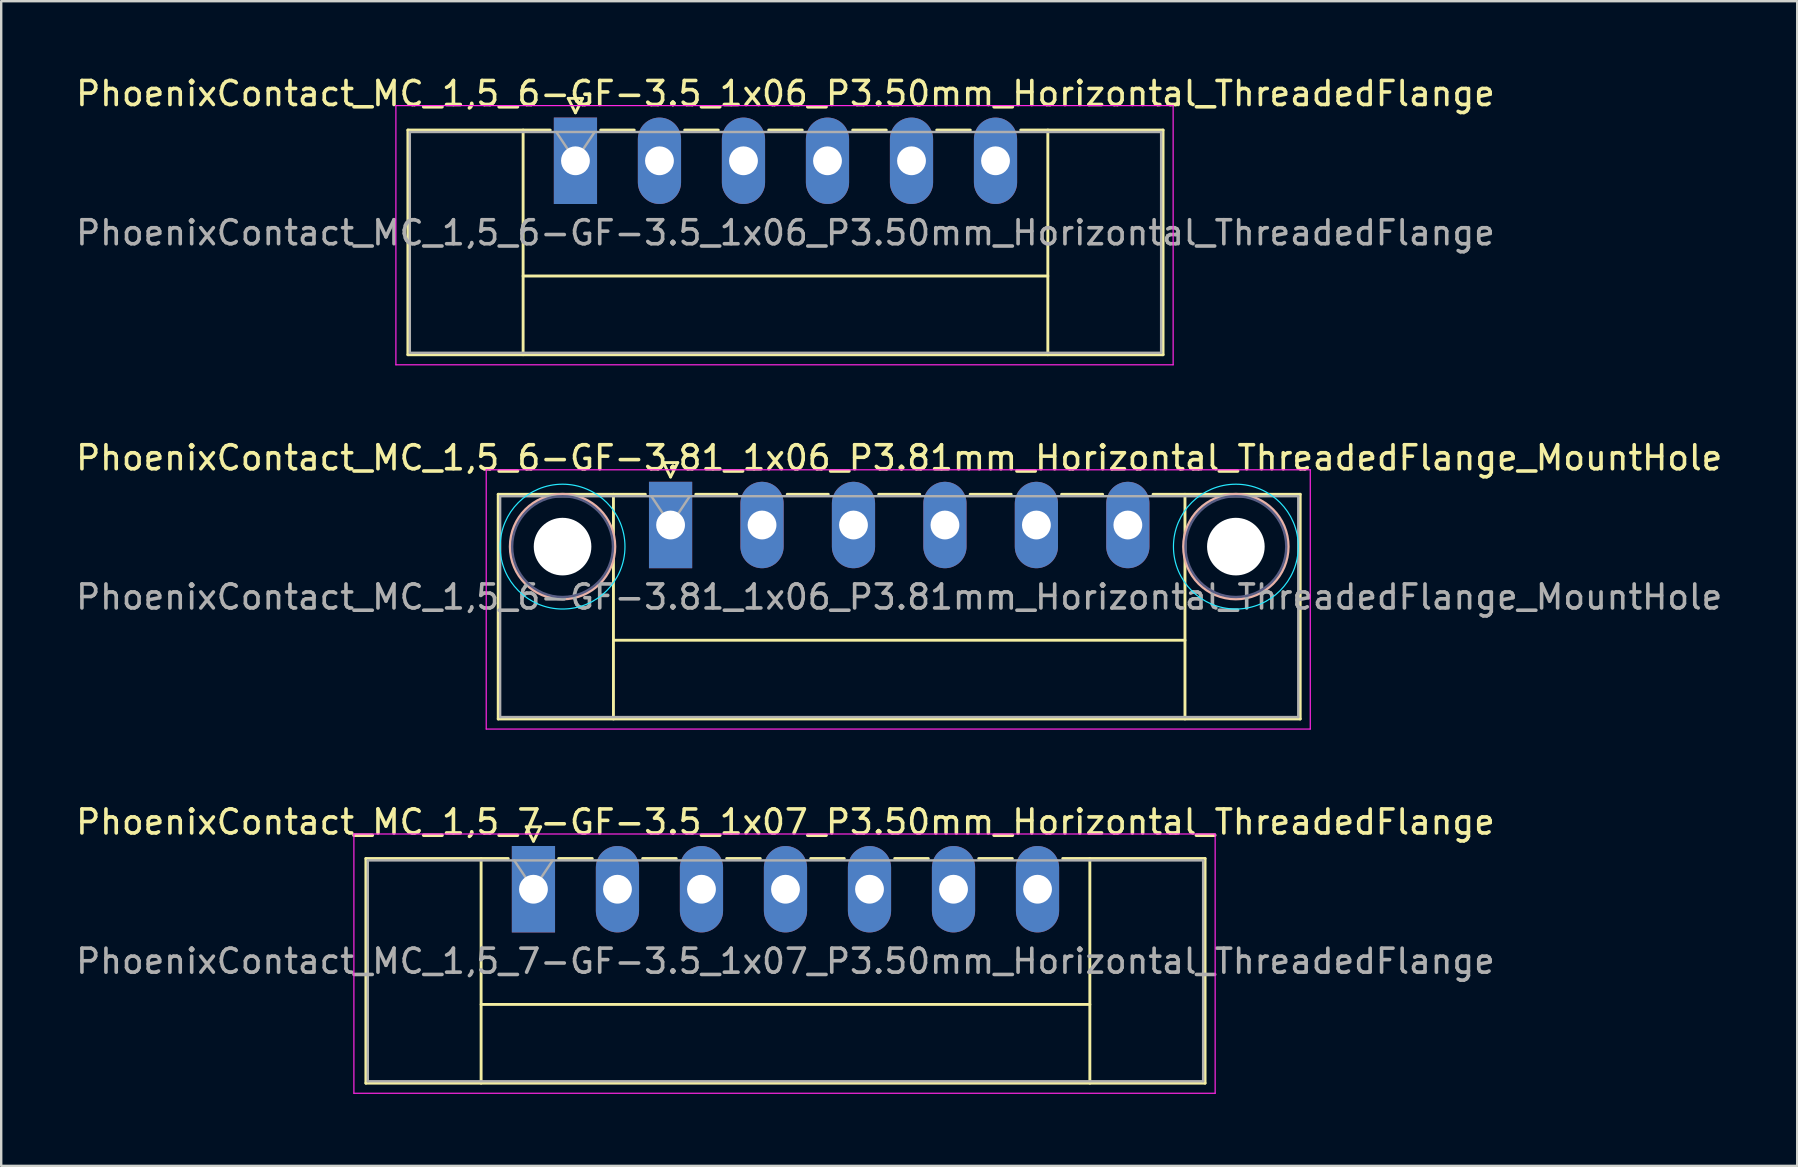
<source format=kicad_pcb>
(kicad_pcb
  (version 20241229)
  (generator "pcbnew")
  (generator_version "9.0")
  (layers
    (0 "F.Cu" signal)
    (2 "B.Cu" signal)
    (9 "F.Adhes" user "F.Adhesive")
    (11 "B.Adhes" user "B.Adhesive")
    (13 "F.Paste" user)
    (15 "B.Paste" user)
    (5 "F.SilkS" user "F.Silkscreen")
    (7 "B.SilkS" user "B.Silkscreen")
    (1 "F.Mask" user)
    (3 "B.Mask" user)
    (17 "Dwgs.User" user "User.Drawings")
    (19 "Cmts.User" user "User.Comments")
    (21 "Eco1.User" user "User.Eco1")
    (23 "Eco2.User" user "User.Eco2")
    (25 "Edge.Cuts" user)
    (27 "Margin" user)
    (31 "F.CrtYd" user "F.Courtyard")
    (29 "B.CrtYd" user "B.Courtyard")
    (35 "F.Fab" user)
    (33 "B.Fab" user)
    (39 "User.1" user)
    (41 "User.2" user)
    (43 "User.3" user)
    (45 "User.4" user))
  (footprint "PhoenixContact_MC_1,5_6-GF-3.5_1x06_P3.50mm_Horizontal_ThreadedFlange"
    (layer "F.Cu")
    (at 20.923 3.648)
    (property "Reference" "PhoenixContact_MC_1,5_6-GF-3.5_1x06_P3.50mm_Horizontal_ThreadedFlange" (at 8.75 -2.8 0) (layer "F.SilkS") (effects (font (size 1 1) (thickness 0.15))))
    (attr through_hole)
    (fp_line (start -6.98 -1.28) (end -6.98 8.08) (stroke (width 0.12) (type solid)) (layer "F.SilkS"))
    (fp_line (start -6.98 -1.28) (end -1.05 -1.28) (stroke (width 0.12) (type solid)) (layer "F.SilkS"))
    (fp_line (start -6.98 8.08) (end 24.48 8.08) (stroke (width 0.12) (type solid)) (layer "F.SilkS"))
    (fp_line (start -2.18 -1.28) (end -2.18 8.08) (stroke (width 0.12) (type solid)) (layer "F.SilkS"))
    (fp_line (start -2.18 4.8) (end 19.68 4.8) (stroke (width 0.12) (type solid)) (layer "F.SilkS"))
    (fp_line (start -0.3 -2.6) (end 0.3 -2.6) (stroke (width 0.12) (type solid)) (layer "F.SilkS"))
    (fp_line (start 0 -2) (end -0.3 -2.6) (stroke (width 0.12) (type solid)) (layer "F.SilkS"))
    (fp_line (start 0.3 -2.6) (end 0 -2) (stroke (width 0.12) (type solid)) (layer "F.SilkS"))
    (fp_line (start 1.05 -1.28) (end 2.45 -1.28) (stroke (width 0.12) (type solid)) (layer "F.SilkS"))
    (fp_line (start 4.55 -1.28) (end 5.95 -1.28) (stroke (width 0.12) (type solid)) (layer "F.SilkS"))
    (fp_line (start 8.05 -1.28) (end 9.45 -1.28) (stroke (width 0.12) (type solid)) (layer "F.SilkS"))
    (fp_line (start 11.55 -1.28) (end 12.95 -1.28) (stroke (width 0.12) (type solid)) (layer "F.SilkS"))
    (fp_line (start 15.05 -1.28) (end 16.45 -1.28) (stroke (width 0.12) (type solid)) (layer "F.SilkS"))
    (fp_line (start 19.68 -1.28) (end 19.68 8.08) (stroke (width 0.12) (type solid)) (layer "F.SilkS"))
    (fp_line (start 24.48 -1.28) (end 18.55 -1.28) (stroke (width 0.12) (type solid)) (layer "F.SilkS"))
    (fp_line (start 24.48 8.08) (end 24.48 -1.28) (stroke (width 0.12) (type solid)) (layer "F.SilkS"))
    (fp_line (start -7.48 -2.3) (end -7.48 8.5) (stroke (width 0.05) (type solid)) (layer "F.CrtYd"))
    (fp_line (start -7.48 8.5) (end 24.9 8.5) (stroke (width 0.05) (type solid)) (layer "F.CrtYd"))
    (fp_line (start 24.9 -2.3) (end -7.48 -2.3) (stroke (width 0.05) (type solid)) (layer "F.CrtYd"))
    (fp_line (start 24.9 8.5) (end 24.9 -2.3) (stroke (width 0.05) (type solid)) (layer "F.CrtYd"))
    (fp_line (start -6.9 -1.2) (end -6.9 8) (stroke (width 0.1) (type solid)) (layer "F.Fab"))
    (fp_line (start -6.9 8) (end 24.4 8) (stroke (width 0.1) (type solid)) (layer "F.Fab"))
    (fp_line (start 0 0) (end -0.8 -1.2) (stroke (width 0.1) (type solid)) (layer "F.Fab"))
    (fp_line (start 0.8 -1.2) (end 0 0) (stroke (width 0.1) (type solid)) (layer "F.Fab"))
    (fp_line (start 24.4 -1.2) (end -6.9 -1.2) (stroke (width 0.1) (type solid)) (layer "F.Fab"))
    (fp_line (start 24.4 8) (end 24.4 -1.2) (stroke (width 0.1) (type solid)) (layer "F.Fab"))
    (fp_text user "${REFERENCE}" (at 8.75 3 0) (layer "F.Fab") (effects (font (size 1 1) (thickness 0.15))))
    (pad "1" thru_hole rect (at 0 0) (size 1.8 3.6) (drill 1.2) (layers "*.Cu" "*.Mask"))
    (pad "2" thru_hole oval (at 3.5 0) (size 1.8 3.6) (drill 1.2) (layers "*.Cu" "*.Mask"))
    (pad "3" thru_hole oval (at 7 0) (size 1.8 3.6) (drill 1.2) (layers "*.Cu" "*.Mask"))
    (pad "4" thru_hole oval (at 10.5 0) (size 1.8 3.6) (drill 1.2) (layers "*.Cu" "*.Mask"))
    (pad "5" thru_hole oval (at 14 0) (size 1.8 3.6) (drill 1.2) (layers "*.Cu" "*.Mask"))
    (pad "6" thru_hole oval (at 17.5 0) (size 1.8 3.6) (drill 1.2) (layers "*.Cu" "*.Mask")))
  (footprint "PhoenixContact_MC_1,5_6-GF-3.81_1x06_P3.81mm_Horizontal_ThreadedFlange_MountHole"
    (layer "F.Cu")
    (at 24.886 18.822)
    (property "Reference" "PhoenixContact_MC_1,5_6-GF-3.81_1x06_P3.81mm_Horizontal_ThreadedFlange_MountHole" (at 9.525 -2.8 0) (layer "F.SilkS") (effects (font (size 1 1) (thickness 0.15))))
    (attr through_hole)
    (fp_line (start -7.18 -1.28) (end -7.18 8.08) (stroke (width 0.12) (type solid)) (layer "F.SilkS"))
    (fp_line (start -7.18 -1.28) (end -1.05 -1.28) (stroke (width 0.12) (type solid)) (layer "F.SilkS"))
    (fp_line (start -7.18 8.08) (end 26.23 8.08) (stroke (width 0.12) (type solid)) (layer "F.SilkS"))
    (fp_line (start -2.38 -1.28) (end -2.38 8.08) (stroke (width 0.12) (type solid)) (layer "F.SilkS"))
    (fp_line (start -2.38 4.8) (end 21.43 4.8) (stroke (width 0.12) (type solid)) (layer "F.SilkS"))
    (fp_line (start -0.3 -2.6) (end 0.3 -2.6) (stroke (width 0.12) (type solid)) (layer "F.SilkS"))
    (fp_line (start 0 -2) (end -0.3 -2.6) (stroke (width 0.12) (type solid)) (layer "F.SilkS"))
    (fp_line (start 0.3 -2.6) (end 0 -2) (stroke (width 0.12) (type solid)) (layer "F.SilkS"))
    (fp_line (start 1.05 -1.28) (end 2.76 -1.28) (stroke (width 0.12) (type solid)) (layer "F.SilkS"))
    (fp_line (start 4.86 -1.28) (end 6.57 -1.28) (stroke (width 0.12) (type solid)) (layer "F.SilkS"))
    (fp_line (start 8.67 -1.28) (end 10.38 -1.28) (stroke (width 0.12) (type solid)) (layer "F.SilkS"))
    (fp_line (start 12.48 -1.28) (end 14.19 -1.28) (stroke (width 0.12) (type solid)) (layer "F.SilkS"))
    (fp_line (start 16.29 -1.28) (end 18 -1.28) (stroke (width 0.12) (type solid)) (layer "F.SilkS"))
    (fp_line (start 21.43 -1.28) (end 21.43 8.08) (stroke (width 0.12) (type solid)) (layer "F.SilkS"))
    (fp_line (start 26.23 -1.28) (end 20.1 -1.28) (stroke (width 0.12) (type solid)) (layer "F.SilkS"))
    (fp_line (start 26.23 8.08) (end 26.23 -1.28) (stroke (width 0.12) (type solid)) (layer "F.SilkS"))
    (fp_circle (center -4.5 0.9) (end -2.32 0.9) (stroke (width 0.12) (type solid)) (fill no) (layer "B.SilkS"))
    (fp_circle (center 23.55 0.9) (end 25.73 0.9) (stroke (width 0.12) (type solid)) (fill no) (layer "B.SilkS"))
    (fp_circle (center -4.5 0.9) (end -1.9 0.9) (stroke (width 0.05) (type solid)) (fill no) (layer "B.CrtYd"))
    (fp_circle (center 23.55 0.9) (end 26.15 0.9) (stroke (width 0.05) (type solid)) (fill no) (layer "B.CrtYd"))
    (fp_line (start -7.68 -2.3) (end -7.68 8.5) (stroke (width 0.05) (type solid)) (layer "F.CrtYd"))
    (fp_line (start -7.68 8.5) (end 26.65 8.5) (stroke (width 0.05) (type solid)) (layer "F.CrtYd"))
    (fp_line (start 26.65 -2.3) (end -7.68 -2.3) (stroke (width 0.05) (type solid)) (layer "F.CrtYd"))
    (fp_line (start 26.65 8.5) (end 26.65 -2.3) (stroke (width 0.05) (type solid)) (layer "F.CrtYd"))
    (fp_circle (center -4.5 0.9) (end -2.4 0.9) (stroke (width 0.1) (type solid)) (fill no) (layer "B.Fab"))
    (fp_circle (center 23.55 0.9) (end 25.65 0.9) (stroke (width 0.1) (type solid)) (fill no) (layer "B.Fab"))
    (fp_line (start -7.1 -1.2) (end -7.1 8) (stroke (width 0.1) (type solid)) (layer "F.Fab"))
    (fp_line (start -7.1 8) (end 26.15 8) (stroke (width 0.1) (type solid)) (layer "F.Fab"))
    (fp_line (start 0 0) (end -0.8 -1.2) (stroke (width 0.1) (type solid)) (layer "F.Fab"))
    (fp_line (start 0.8 -1.2) (end 0 0) (stroke (width 0.1) (type solid)) (layer "F.Fab"))
    (fp_line (start 26.15 -1.2) (end -7.1 -1.2) (stroke (width 0.1) (type solid)) (layer "F.Fab"))
    (fp_line (start 26.15 8) (end 26.15 -1.2) (stroke (width 0.1) (type solid)) (layer "F.Fab"))
    (fp_text user "${REFERENCE}" (at 9.525 3 0) (layer "F.Fab") (effects (font (size 1 1) (thickness 0.15))))
    (pad "" np_thru_hole circle (at -4.5 0.9) (size 2.4 2.4) (drill 2.4) (layers "*.Cu" "*.Mask"))
    (pad "" np_thru_hole circle (at 23.55 0.9) (size 2.4 2.4) (drill 2.4) (layers "*.Cu" "*.Mask"))
    (pad "1" thru_hole rect (at 0 0) (size 1.8 3.6) (drill 1.2) (layers "*.Cu" "*.Mask"))
    (pad "2" thru_hole oval (at 3.81 0) (size 1.8 3.6) (drill 1.2) (layers "*.Cu" "*.Mask"))
    (pad "3" thru_hole oval (at 7.62 0) (size 1.8 3.6) (drill 1.2) (layers "*.Cu" "*.Mask"))
    (pad "4" thru_hole oval (at 11.43 0) (size 1.8 3.6) (drill 1.2) (layers "*.Cu" "*.Mask"))
    (pad "5" thru_hole oval (at 15.24 0) (size 1.8 3.6) (drill 1.2) (layers "*.Cu" "*.Mask"))
    (pad "6" thru_hole oval (at 19.05 0) (size 1.8 3.6) (drill 1.2) (layers "*.Cu" "*.Mask")))
  (footprint "PhoenixContact_MC_1,5_7-GF-3.5_1x07_P3.50mm_Horizontal_ThreadedFlange"
    (layer "F.Cu")
    (at 19.173 33.995)
    (property "Reference" "PhoenixContact_MC_1,5_7-GF-3.5_1x07_P3.50mm_Horizontal_ThreadedFlange" (at 10.5 -2.8 0) (layer "F.SilkS") (effects (font (size 1 1) (thickness 0.15))))
    (attr through_hole)
    (fp_line (start -6.98 -1.28) (end -6.98 8.08) (stroke (width 0.12) (type solid)) (layer "F.SilkS"))
    (fp_line (start -6.98 -1.28) (end -1.05 -1.28) (stroke (width 0.12) (type solid)) (layer "F.SilkS"))
    (fp_line (start -6.98 8.08) (end 27.98 8.08) (stroke (width 0.12) (type solid)) (layer "F.SilkS"))
    (fp_line (start -2.18 -1.28) (end -2.18 8.08) (stroke (width 0.12) (type solid)) (layer "F.SilkS"))
    (fp_line (start -2.18 4.8) (end 23.18 4.8) (stroke (width 0.12) (type solid)) (layer "F.SilkS"))
    (fp_line (start -0.3 -2.6) (end 0.3 -2.6) (stroke (width 0.12) (type solid)) (layer "F.SilkS"))
    (fp_line (start 0 -2) (end -0.3 -2.6) (stroke (width 0.12) (type solid)) (layer "F.SilkS"))
    (fp_line (start 0.3 -2.6) (end 0 -2) (stroke (width 0.12) (type solid)) (layer "F.SilkS"))
    (fp_line (start 1.05 -1.28) (end 2.45 -1.28) (stroke (width 0.12) (type solid)) (layer "F.SilkS"))
    (fp_line (start 4.55 -1.28) (end 5.95 -1.28) (stroke (width 0.12) (type solid)) (layer "F.SilkS"))
    (fp_line (start 8.05 -1.28) (end 9.45 -1.28) (stroke (width 0.12) (type solid)) (layer "F.SilkS"))
    (fp_line (start 11.55 -1.28) (end 12.95 -1.28) (stroke (width 0.12) (type solid)) (layer "F.SilkS"))
    (fp_line (start 15.05 -1.28) (end 16.45 -1.28) (stroke (width 0.12) (type solid)) (layer "F.SilkS"))
    (fp_line (start 18.55 -1.28) (end 19.95 -1.28) (stroke (width 0.12) (type solid)) (layer "F.SilkS"))
    (fp_line (start 23.18 -1.28) (end 23.18 8.08) (stroke (width 0.12) (type solid)) (layer "F.SilkS"))
    (fp_line (start 27.98 -1.28) (end 22.05 -1.28) (stroke (width 0.12) (type solid)) (layer "F.SilkS"))
    (fp_line (start 27.98 8.08) (end 27.98 -1.28) (stroke (width 0.12) (type solid)) (layer "F.SilkS"))
    (fp_line (start -7.48 -2.3) (end -7.48 8.5) (stroke (width 0.05) (type solid)) (layer "F.CrtYd"))
    (fp_line (start -7.48 8.5) (end 28.4 8.5) (stroke (width 0.05) (type solid)) (layer "F.CrtYd"))
    (fp_line (start 28.4 -2.3) (end -7.48 -2.3) (stroke (width 0.05) (type solid)) (layer "F.CrtYd"))
    (fp_line (start 28.4 8.5) (end 28.4 -2.3) (stroke (width 0.05) (type solid)) (layer "F.CrtYd"))
    (fp_line (start -6.9 -1.2) (end -6.9 8) (stroke (width 0.1) (type solid)) (layer "F.Fab"))
    (fp_line (start -6.9 8) (end 27.9 8) (stroke (width 0.1) (type solid)) (layer "F.Fab"))
    (fp_line (start 0 0) (end -0.8 -1.2) (stroke (width 0.1) (type solid)) (layer "F.Fab"))
    (fp_line (start 0.8 -1.2) (end 0 0) (stroke (width 0.1) (type solid)) (layer "F.Fab"))
    (fp_line (start 27.9 -1.2) (end -6.9 -1.2) (stroke (width 0.1) (type solid)) (layer "F.Fab"))
    (fp_line (start 27.9 8) (end 27.9 -1.2) (stroke (width 0.1) (type solid)) (layer "F.Fab"))
    (fp_text user "${REFERENCE}" (at 10.5 3 0) (layer "F.Fab") (effects (font (size 1 1) (thickness 0.15))))
    (pad "1" thru_hole rect (at 0 0) (size 1.8 3.6) (drill 1.2) (layers "*.Cu" "*.Mask"))
    (pad "2" thru_hole oval (at 3.5 0) (size 1.8 3.6) (drill 1.2) (layers "*.Cu" "*.Mask"))
    (pad "3" thru_hole oval (at 7 0) (size 1.8 3.6) (drill 1.2) (layers "*.Cu" "*.Mask"))
    (pad "4" thru_hole oval (at 10.5 0) (size 1.8 3.6) (drill 1.2) (layers "*.Cu" "*.Mask"))
    (pad "5" thru_hole oval (at 14 0) (size 1.8 3.6) (drill 1.2) (layers "*.Cu" "*.Mask"))
    (pad "6" thru_hole oval (at 17.5 0) (size 1.8 3.6) (drill 1.2) (layers "*.Cu" "*.Mask"))
    (pad "7" thru_hole oval (at 21 0) (size 1.8 3.6) (drill 1.2) (layers "*.Cu" "*.Mask")))
  (gr_rect
    (start -3 -3)
    (end 71.821 45.52)
    (stroke (width 0.1) (type default))
    (fill no)
    (layer "Edge.Cuts")))
</source>
